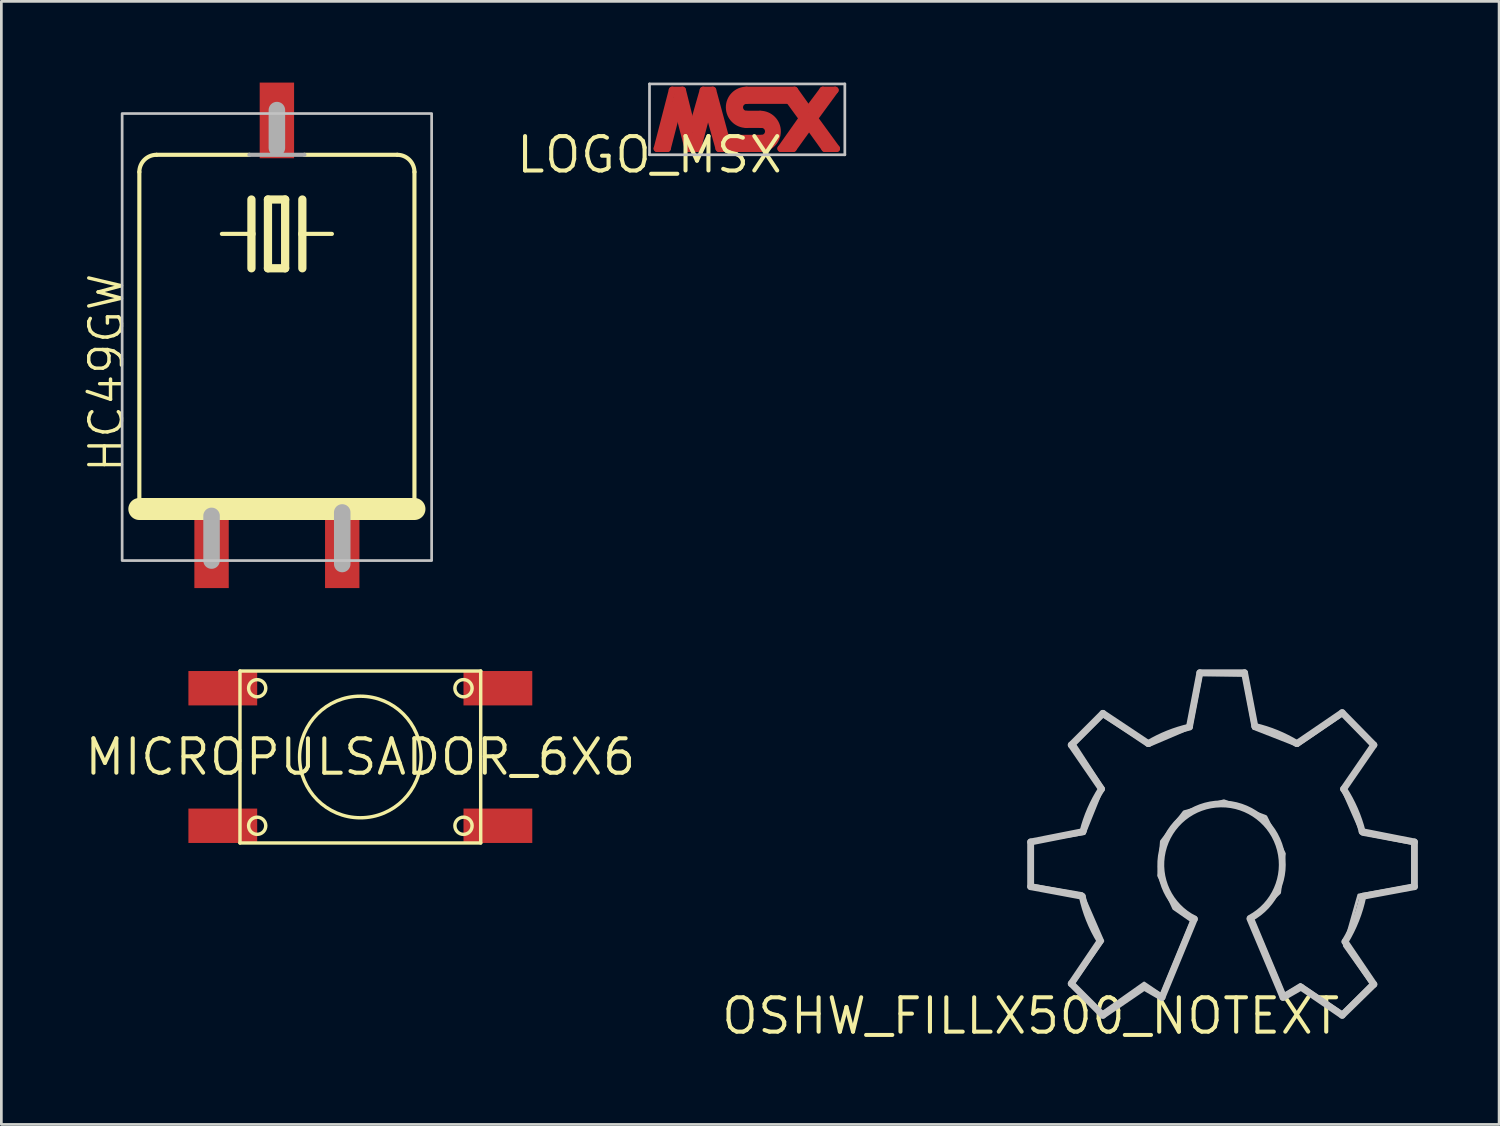
<source format=kicad_pcb>
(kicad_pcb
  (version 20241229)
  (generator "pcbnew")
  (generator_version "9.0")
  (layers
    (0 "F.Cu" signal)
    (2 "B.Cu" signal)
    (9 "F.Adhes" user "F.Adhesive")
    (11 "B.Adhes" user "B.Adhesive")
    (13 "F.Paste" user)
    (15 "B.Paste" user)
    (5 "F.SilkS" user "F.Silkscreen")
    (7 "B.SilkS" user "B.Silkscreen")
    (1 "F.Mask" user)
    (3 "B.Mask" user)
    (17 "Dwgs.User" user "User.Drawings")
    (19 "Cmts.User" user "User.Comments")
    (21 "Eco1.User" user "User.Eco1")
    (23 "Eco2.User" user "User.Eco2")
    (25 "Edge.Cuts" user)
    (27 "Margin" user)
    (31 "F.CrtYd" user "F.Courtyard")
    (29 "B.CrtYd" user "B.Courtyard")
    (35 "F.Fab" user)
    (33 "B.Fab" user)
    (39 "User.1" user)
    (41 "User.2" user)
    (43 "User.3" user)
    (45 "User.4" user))
  (footprint "LOGO_MSX"
    (layer "F.Cu")
    (at 20.937 2.666)
    (property "Reference" "LOGO_MSX" (at 0 0 0) (layer "F.SilkS") (effects (font (size 1.27 1.27) (thickness 0.15))))
    (attr through_hole)
    (fp_line (start 0.279 -0.229) (end 0.838 -2.388) (stroke (width 0.254) (type solid)) (layer "F.Cu"))
    (fp_line (start 0.508 -0.381) (end 1.041 -2.235) (stroke (width 0.254) (type solid)) (layer "F.Cu"))
    (fp_line (start 0.66 -0.229) (end 0.279 -0.229) (stroke (width 0.254) (type solid)) (layer "F.Cu"))
    (fp_line (start 0.838 -2.388) (end 1.219 -2.388) (stroke (width 0.254) (type solid)) (layer "F.Cu"))
    (fp_line (start 1.041 -2.235) (end 1.6 -0.406) (stroke (width 0.254) (type solid)) (layer "F.Cu"))
    (fp_line (start 1.041 -1.702) (end 0.66 -0.229) (stroke (width 0.254) (type solid)) (layer "F.Cu"))
    (fp_line (start 1.219 -2.388) (end 1.575 -0.965) (stroke (width 0.254) (type solid)) (layer "F.Cu"))
    (fp_line (start 1.422 -0.229) (end 1.041 -1.702) (stroke (width 0.254) (type solid)) (layer "F.Cu"))
    (fp_line (start 1.575 -0.965) (end 1.981 -2.388) (stroke (width 0.254) (type solid)) (layer "F.Cu"))
    (fp_line (start 1.6 -0.406) (end 2.159 -2.235) (stroke (width 0.254) (type solid)) (layer "F.Cu"))
    (fp_line (start 1.778 -0.229) (end 1.422 -0.229) (stroke (width 0.254) (type solid)) (layer "F.Cu"))
    (fp_line (start 1.981 -2.388) (end 2.337 -2.388) (stroke (width 0.254) (type solid)) (layer "F.Cu"))
    (fp_line (start 2.159 -2.235) (end 2.692 -0.432) (stroke (width 0.254) (type solid)) (layer "F.Cu"))
    (fp_line (start 2.159 -1.676) (end 1.778 -0.229) (stroke (width 0.254) (type solid)) (layer "F.Cu"))
    (fp_line (start 2.337 -2.388) (end 2.819 -0.61) (stroke (width 0.254) (type solid)) (layer "F.Cu"))
    (fp_line (start 2.565 -0.229) (end 2.159 -1.676) (stroke (width 0.254) (type solid)) (layer "F.Cu"))
    (fp_line (start 2.692 -0.432) (end 4.14 -0.432) (stroke (width 0.254) (type solid)) (layer "F.Cu"))
    (fp_line (start 2.819 -0.61) (end 4.14 -0.61) (stroke (width 0.254) (type solid)) (layer "F.Cu"))
    (fp_line (start 3.581 -2.388) (end 5.359 -2.388) (stroke (width 0.254) (type solid)) (layer "F.Cu"))
    (fp_line (start 3.581 -2.184) (end 5.258 -2.184) (stroke (width 0.254) (type solid)) (layer "F.Cu"))
    (fp_line (start 3.581 -1.499) (end 4.089 -1.499) (stroke (width 0.254) (type solid)) (layer "F.Cu"))
    (fp_line (start 4.089 -0.229) (end 2.565 -0.229) (stroke (width 0.254) (type solid)) (layer "F.Cu"))
    (fp_line (start 4.115 -1.118) (end 3.581 -1.118) (stroke (width 0.254) (type solid)) (layer "F.Cu"))
    (fp_line (start 4.14 -1.295) (end 3.607 -1.295) (stroke (width 0.254) (type solid)) (layer "F.Cu"))
    (fp_line (start 4.851 -0.229) (end 5.639 -1.346) (stroke (width 0.254) (type solid)) (layer "F.Cu"))
    (fp_line (start 5.156 -2.007) (end 3.581 -2.007) (stroke (width 0.254) (type solid)) (layer "F.Cu"))
    (fp_line (start 5.182 -0.381) (end 6.528 -2.261) (stroke (width 0.254) (type solid)) (layer "F.Cu"))
    (fp_line (start 5.258 -2.184) (end 6.579 -0.406) (stroke (width 0.254) (type solid)) (layer "F.Cu"))
    (fp_line (start 5.309 -0.229) (end 4.851 -0.229) (stroke (width 0.254) (type solid)) (layer "F.Cu"))
    (fp_line (start 5.359 -2.388) (end 5.867 -1.676) (stroke (width 0.254) (type solid)) (layer "F.Cu"))
    (fp_line (start 5.639 -1.346) (end 5.156 -2.007) (stroke (width 0.254) (type solid)) (layer "F.Cu"))
    (fp_line (start 5.867 -1.676) (end 6.401 -2.388) (stroke (width 0.254) (type solid)) (layer "F.Cu"))
    (fp_line (start 5.893 -1.041) (end 5.309 -0.229) (stroke (width 0.254) (type solid)) (layer "F.Cu"))
    (fp_line (start 6.096 -1.346) (end 6.909 -0.229) (stroke (width 0.254) (type solid)) (layer "F.Cu"))
    (fp_line (start 6.401 -2.388) (end 6.858 -2.388) (stroke (width 0.254) (type solid)) (layer "F.Cu"))
    (fp_line (start 6.477 -0.229) (end 5.893 -1.041) (stroke (width 0.254) (type solid)) (layer "F.Cu"))
    (fp_line (start 6.858 -2.388) (end 6.096 -1.346) (stroke (width 0.254) (type solid)) (layer "F.Cu"))
    (fp_line (start 6.909 -0.229) (end 6.477 -0.229) (stroke (width 0.254) (type solid)) (layer "F.Cu"))
    (fp_arc (start 3.5814 -1.4986) (mid 3.3274 -1.7526) (end 3.5814 -2.0066) (stroke (width 0.254) (type solid)) (layer "F.Cu"))
    (fp_arc (start 3.5814 -1.1176) (mid 2.9464 -1.7526) (end 3.5814 -2.3876) (stroke (width 0.254) (type solid)) (layer "F.Cu"))
    (fp_arc (start 3.6068 -1.2954) (mid 3.162118 -1.727556) (end 3.581398 -2.184398) (stroke (width 0.254) (type solid)) (layer "F.Cu"))
    (fp_arc (start 4.0894 -1.4986) (mid 4.7244 -0.8636) (end 4.0894 -0.2286) (stroke (width 0.254) (type solid)) (layer "F.Cu"))
    (fp_arc (start 4.114798 -1.117598) (mid 4.394515 -0.876951) (end 4.1402 -0.6096) (stroke (width 0.254) (type solid)) (layer "F.Cu"))
    (fp_arc (start 4.1402 -1.2954) (mid 4.572 -0.8636) (end 4.1402 -0.4318) (stroke (width 0.254) (type solid)) (layer "F.Cu"))
    (fp_line (start 0 -2.616) (end 7.214 -2.616) (stroke (width 0.1) (type solid)) (layer "Dwgs.User"))
    (fp_line (start 0 0) (end 0 -2.616) (stroke (width 0.1) (type solid)) (layer "Dwgs.User"))
    (fp_line (start 7.214 -2.616) (end 7.214 0) (stroke (width 0.1) (type solid)) (layer "Dwgs.User"))
    (fp_line (start 7.214 0) (end 0 0) (stroke (width 0.1) (type solid)) (layer "Dwgs.User")))
  (footprint "MICROPULSADOR_6X6"
    (layer "F.Cu")
    (at 10.258 24.907)
    (property "Reference" "MICROPULSADOR_6X6" (at 0 0 0) (layer "F.SilkS") (effects (font (size 1.27 1.27) (thickness 0.15))))
    (attr through_hole)
    (fp_line (start -4.445 -3.175) (end 4.445 -3.175) (stroke (width 0.127) (type solid)) (layer "F.SilkS"))
    (fp_line (start -4.445 3.175) (end -4.445 -3.175) (stroke (width 0.127) (type solid)) (layer "F.SilkS"))
    (fp_line (start 4.445 -3.175) (end 4.445 3.175) (stroke (width 0.127) (type solid)) (layer "F.SilkS"))
    (fp_line (start 4.445 3.175) (end -4.445 3.175) (stroke (width 0.127) (type solid)) (layer "F.SilkS"))
    (fp_circle (center -3.81 -2.54) (end -3.493 -2.54) (stroke (width 0.127) (type solid)) (fill no) (layer "F.SilkS"))
    (fp_circle (center -3.81 2.54) (end -3.493 2.54) (stroke (width 0.127) (type solid)) (fill no) (layer "F.SilkS"))
    (fp_circle (center 0 0) (end 2.245 0) (stroke (width 0.127) (type solid)) (fill no) (layer "F.SilkS"))
    (fp_circle (center 3.81 -2.54) (end 4.128 -2.54) (stroke (width 0.127) (type solid)) (fill no) (layer "F.SilkS"))
    (fp_circle (center 3.81 2.54) (end 4.128 2.54) (stroke (width 0.127) (type solid)) (fill no) (layer "F.SilkS"))
    (pad "P" smd rect (at -5.08 -2.54) (size 2.54 1.27) (layers "F.Cu" "F.Mask" "F.Paste"))
    (pad "P@1" smd rect (at 5.08 -2.54) (size 2.54 1.27) (layers "F.Cu" "F.Mask" "F.Paste"))
    (pad "S" smd rect (at -5.08 2.54) (size 2.54 1.27) (layers "F.Cu" "F.Mask" "F.Paste"))
    (pad "S@1" smd rect (at 5.08 2.54) (size 2.54 1.27) (layers "F.Cu" "F.Mask" "F.Paste")))
  (footprint "HC49GW"
    (layer "F.Cu")
    (at 7.176 9.398)
    (property "Reference" "HC49GW" (at -5.588 5.08 90) (layer "F.SilkS") (effects (font (size 1.206 1.206) (thickness 0.127)) (justify left bottom)))
    (attr through_hole)
    (fp_line (start -5.08 -6.096) (end -5.08 6.35) (stroke (width 0.152) (type solid)) (layer "F.SilkS"))
    (fp_line (start -5.08 6.35) (end 5.08 6.35) (stroke (width 0.813) (type solid)) (layer "F.SilkS"))
    (fp_line (start -1.016 -6.731) (end -4.445 -6.731) (stroke (width 0.152) (type solid)) (layer "F.SilkS"))
    (fp_line (start -0.94 -5.08) (end -0.94 -3.81) (stroke (width 0.305) (type solid)) (layer "F.SilkS"))
    (fp_line (start -0.94 -3.81) (end -2.032 -3.81) (stroke (width 0.152) (type solid)) (layer "F.SilkS"))
    (fp_line (start -0.94 -3.81) (end -0.94 -2.54) (stroke (width 0.305) (type solid)) (layer "F.SilkS"))
    (fp_line (start -0.33 -5.08) (end -0.33 -2.54) (stroke (width 0.305) (type solid)) (layer "F.SilkS"))
    (fp_line (start -0.33 -2.54) (end 0.305 -2.54) (stroke (width 0.305) (type solid)) (layer "F.SilkS"))
    (fp_line (start 0.305 -5.08) (end -0.33 -5.08) (stroke (width 0.305) (type solid)) (layer "F.SilkS"))
    (fp_line (start 0.305 -2.54) (end 0.305 -5.08) (stroke (width 0.305) (type solid)) (layer "F.SilkS"))
    (fp_line (start 0.94 -5.08) (end 0.94 -3.81) (stroke (width 0.305) (type solid)) (layer "F.SilkS"))
    (fp_line (start 0.94 -3.81) (end 0.94 -2.54) (stroke (width 0.305) (type solid)) (layer "F.SilkS"))
    (fp_line (start 0.94 -3.81) (end 2.032 -3.81) (stroke (width 0.152) (type solid)) (layer "F.SilkS"))
    (fp_line (start 4.445 -6.731) (end 1.016 -6.731) (stroke (width 0.152) (type solid)) (layer "F.SilkS"))
    (fp_line (start 5.08 6.35) (end 5.08 -6.096) (stroke (width 0.152) (type solid)) (layer "F.SilkS"))
    (fp_arc (start -5.08 -6.096) (mid -4.894013 -6.545013) (end -4.445 -6.731) (stroke (width 0.1524) (type solid)) (layer "F.SilkS"))
    (fp_arc (start 4.445 -6.731) (mid 4.894013 -6.545013) (end 5.08 -6.096) (stroke (width 0.1524) (type solid)) (layer "F.SilkS"))
    (fp_poly (pts (xy -5.715 8.255) (xy 5.715 8.255) (xy 5.715 -8.255) (xy -5.715 -8.255)) (stroke (width 0.1) (type solid)) (fill no) (layer "Dwgs.User"))
    (fp_line (start -2.413 6.604) (end -2.413 8.255) (stroke (width 0.61) (type solid)) (layer "F.Fab"))
    (fp_line (start 0 -8.382) (end 0 -6.985) (stroke (width 0.61) (type solid)) (layer "F.Fab"))
    (fp_line (start 1.016 -6.731) (end -1.016 -6.731) (stroke (width 0.152) (type solid)) (layer "F.Fab"))
    (fp_line (start 2.413 6.477) (end 2.413 8.382) (stroke (width 0.61) (type solid)) (layer "F.Fab"))
    (pad "1" smd rect (at -2.413 8.001) (size 1.27 2.54) (layers "F.Cu" "F.Mask" "F.Paste"))
    (pad "2" smd rect (at 2.413 8.001) (size 1.27 2.54) (layers "F.Cu" "F.Mask" "F.Paste"))
    (pad "3" smd rect (at 0 -8.001) (size 1.27 2.794) (layers "F.Cu" "F.Mask" "F.Paste")))
  (footprint "OSHW_FILLX500_NOTEXT"
    (layer "F.Cu")
    (at 35.014 34.471)
    (property "Reference" "OSHW_FILLX500_NOTEXT" (at 0 0 0) (layer "F.SilkS") (effects (font (size 1.27 1.27) (thickness 0.15))))
    (attr through_hole)
    (fp_line (start 0 -6.426) (end 1.93 -6.807) (stroke (width 0.254) (type solid)) (layer "Dwgs.User"))
    (fp_line (start 0 -4.775) (end 0 -6.426) (stroke (width 0.254) (type solid)) (layer "Dwgs.User"))
    (fp_line (start 1.499 -10.008) (end 2.667 -11.176) (stroke (width 0.254) (type solid)) (layer "Dwgs.User"))
    (fp_line (start 1.499 -1.194) (end 2.565 -2.769) (stroke (width 0.254) (type solid)) (layer "Dwgs.User"))
    (fp_line (start 1.905 -4.42) (end 0 -4.775) (stroke (width 0.254) (type solid)) (layer "Dwgs.User"))
    (fp_line (start 2.616 -8.382) (end 1.499 -10.008) (stroke (width 0.254) (type solid)) (layer "Dwgs.User"))
    (fp_line (start 2.667 -11.176) (end 4.343 -10.058) (stroke (width 0.254) (type solid)) (layer "Dwgs.User"))
    (fp_line (start 2.667 -0.025) (end 1.499 -1.194) (stroke (width 0.254) (type solid)) (layer "Dwgs.User"))
    (fp_line (start 4.191 -1.067) (end 2.667 -0.025) (stroke (width 0.254) (type solid)) (layer "Dwgs.User"))
    (fp_line (start 4.851 -0.686) (end 4.191 -1.067) (stroke (width 0.254) (type solid)) (layer "Dwgs.User"))
    (fp_line (start 5.867 -10.693) (end 6.248 -12.675) (stroke (width 0.254) (type solid)) (layer "Dwgs.User"))
    (fp_line (start 6.045 -3.581) (end 4.851 -0.686) (stroke (width 0.254) (type solid)) (layer "Dwgs.User"))
    (fp_line (start 6.248 -12.675) (end 7.899 -12.675) (stroke (width 0.254) (type solid)) (layer "Dwgs.User"))
    (fp_line (start 7.899 -12.675) (end 8.28 -10.693) (stroke (width 0.254) (type solid)) (layer "Dwgs.User"))
    (fp_line (start 9.322 -0.686) (end 8.103 -3.581) (stroke (width 0.254) (type solid)) (layer "Dwgs.User"))
    (fp_line (start 9.83 -10.058) (end 11.506 -11.201) (stroke (width 0.254) (type solid)) (layer "Dwgs.User"))
    (fp_line (start 9.982 -1.067) (end 9.322 -0.686) (stroke (width 0.254) (type solid)) (layer "Dwgs.User"))
    (fp_line (start 11.506 -11.201) (end 12.675 -10.008) (stroke (width 0.254) (type solid)) (layer "Dwgs.User"))
    (fp_line (start 11.506 -0.025) (end 9.982 -1.067) (stroke (width 0.254) (type solid)) (layer "Dwgs.User"))
    (fp_line (start 11.608 -2.743) (end 12.675 -1.168) (stroke (width 0.254) (type solid)) (layer "Dwgs.User"))
    (fp_line (start 12.243 -6.807) (end 14.173 -6.426) (stroke (width 0.254) (type solid)) (layer "Dwgs.User"))
    (fp_line (start 12.675 -10.008) (end 11.557 -8.382) (stroke (width 0.254) (type solid)) (layer "Dwgs.User"))
    (fp_line (start 12.675 -1.168) (end 11.506 -0.025) (stroke (width 0.254) (type solid)) (layer "Dwgs.User"))
    (fp_line (start 14.173 -6.426) (end 14.173 -4.775) (stroke (width 0.254) (type solid)) (layer "Dwgs.User"))
    (fp_line (start 14.173 -4.775) (end 12.268 -4.42) (stroke (width 0.254) (type solid)) (layer "Dwgs.User"))
    (fp_arc (start 1.9304 -6.8072) (mid 2.209154 -7.622535) (end 2.6162 -8.382) (stroke (width 0.254) (type solid)) (layer "Dwgs.User"))
    (fp_arc (start 2.5654 -2.7686) (mid 2.164742 -3.565917) (end 1.905 -4.4196) (stroke (width 0.254) (type solid)) (layer "Dwgs.User"))
    (fp_arc (start 4.3434 -10.0584) (mid 5.081547 -10.422832) (end 5.8674 -10.668) (stroke (width 0.254) (type solid)) (layer "Dwgs.User"))
    (fp_arc (start 6.0452 -3.5814) (mid 7.021584 -7.831624) (end 8.102599 -3.6068) (stroke (width 0.254) (type solid)) (layer "Dwgs.User"))
    (fp_arc (start 8.2804 -10.6934) (mid 9.080226 -10.437206) (end 9.8298 -10.0584) (stroke (width 0.254) (type solid)) (layer "Dwgs.User"))
    (fp_arc (start 11.557 -8.382) (mid 11.964553 -7.622755) (end 12.2428 -6.8072) (stroke (width 0.254) (type solid)) (layer "Dwgs.User"))
    (fp_arc (start 12.2682 -4.4196) (mid 12.01025 -3.552938) (end 11.6078 -2.7432) (stroke (width 0.254) (type solid)) (layer "Dwgs.User"))
    (fp_poly (pts (xy 4.826 -0.787) (xy 4.191 -1.219) (xy 2.642 -0.127) (xy 1.575 -1.194) (xy 2.667 -2.769) (xy 1.905 -4.521) (xy -0.025 -4.851) (xy 0.051 -6.426) (xy 1.981 -6.731) (xy 2.667 -8.433) (xy 1.626 -10.033) (xy 2.667 -11.074) (xy 4.369 -9.982) (xy 5.918 -10.643) (xy 6.299 -12.598) (xy 7.874 -12.573) (xy 8.23 -10.617) (xy 9.855 -9.982) (xy 11.532 -11.125) (xy 12.598 -9.982) (xy 11.506 -8.382) (xy 12.243 -6.706) (xy 14.173 -6.35) (xy 14.122 -4.826) (xy 12.116 -4.47) (xy 11.582 -2.591) (xy 12.573 -1.194) (xy 11.506 -0.127) (xy 9.957 -1.168) (xy 9.373 -0.813) (xy 8.204 -3.607) (xy 9.195 -4.547) (xy 9.373 -5.994) (xy 8.687 -7.366) (xy 7.137 -7.95) (xy 5.664 -7.544) (xy 4.826 -6.452) (xy 4.724 -5.182) (xy 5.283 -3.962) (xy 5.944 -3.505)) (stroke (width 0.1) (type solid)) (fill no) (layer "Dwgs.User")))
  (gr_rect
    (start -3 -3)
    (end 52.314 38.477)
    (stroke (width 0.1) (type default))
    (fill no)
    (layer "Edge.Cuts")))
</source>
